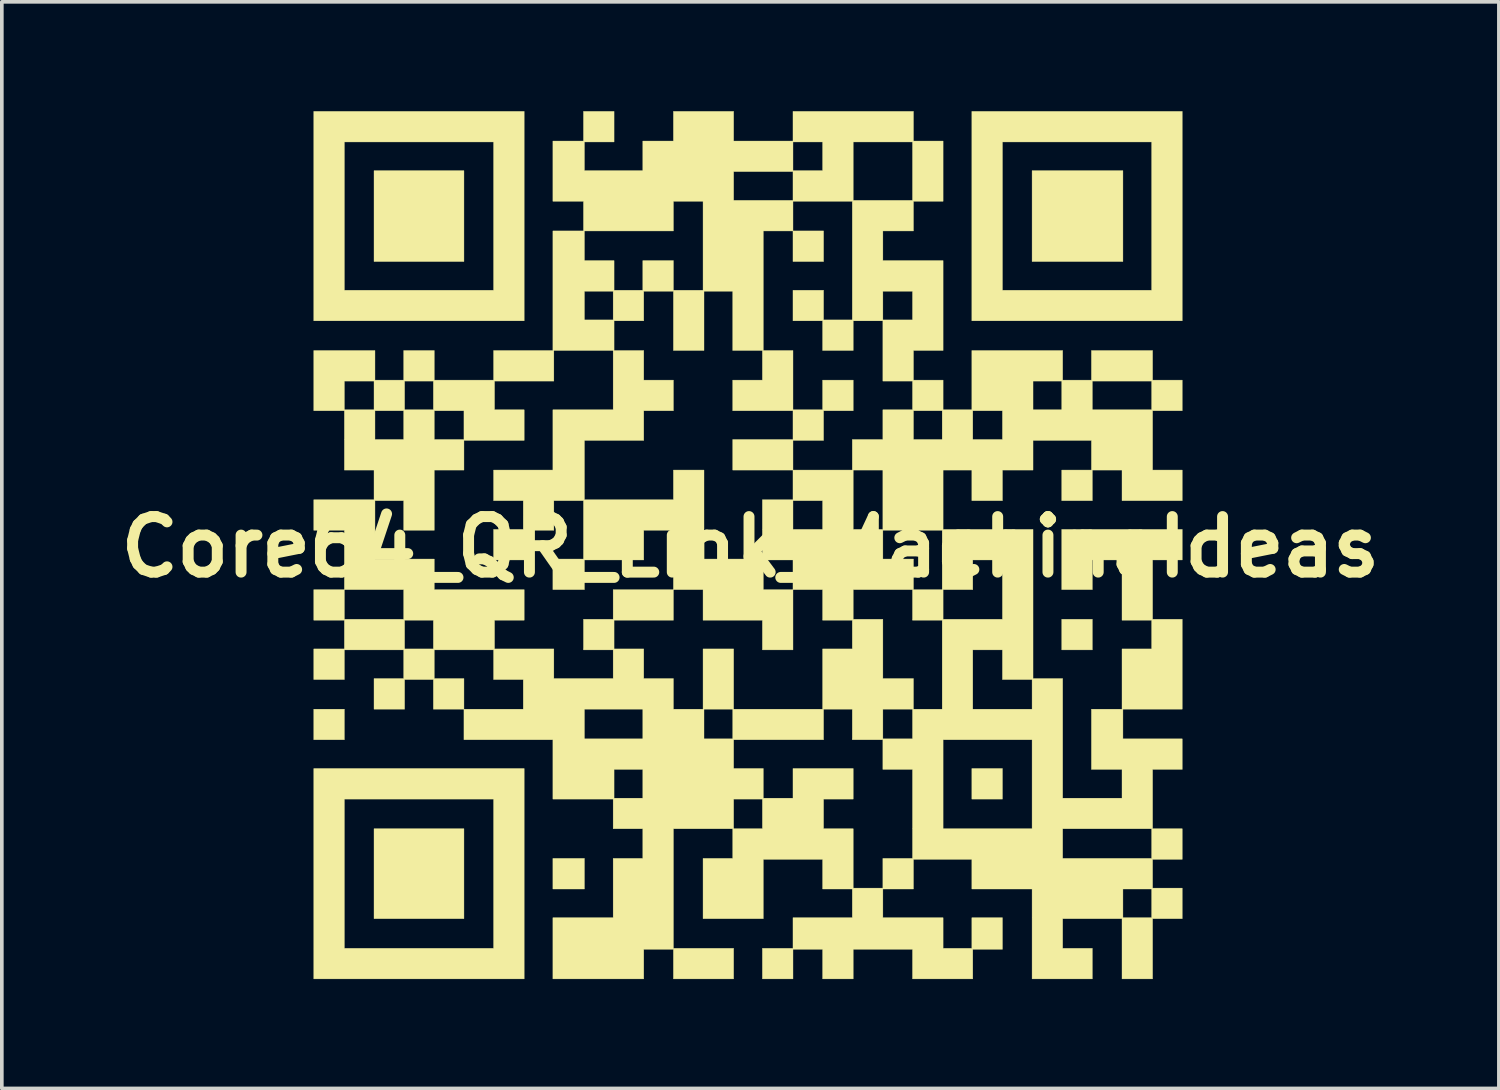
<source format=kicad_pcb>
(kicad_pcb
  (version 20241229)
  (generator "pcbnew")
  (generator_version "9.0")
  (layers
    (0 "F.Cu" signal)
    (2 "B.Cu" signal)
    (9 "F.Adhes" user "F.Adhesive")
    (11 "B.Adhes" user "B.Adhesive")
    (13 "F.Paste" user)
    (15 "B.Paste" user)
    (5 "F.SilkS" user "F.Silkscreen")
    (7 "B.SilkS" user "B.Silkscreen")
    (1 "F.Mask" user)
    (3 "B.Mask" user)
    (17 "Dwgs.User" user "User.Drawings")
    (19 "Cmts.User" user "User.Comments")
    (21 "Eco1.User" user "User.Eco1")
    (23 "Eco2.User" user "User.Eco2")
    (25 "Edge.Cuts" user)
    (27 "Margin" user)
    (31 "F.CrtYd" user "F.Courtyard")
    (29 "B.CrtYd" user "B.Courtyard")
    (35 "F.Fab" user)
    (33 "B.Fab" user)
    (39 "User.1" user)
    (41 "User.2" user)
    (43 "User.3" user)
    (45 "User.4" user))
  (footprint "Core64_QR_Link_MachineIdeas"
    (layer "F.Cu")
    (at 17.533 11.955)
    (property "Reference" "Core64_QR_Link_MachineIdeas" (at 0 0 0) (layer "F.SilkS") (effects (font (size 1.524 1.524) (thickness 0.3))))
    (attr through_hole)
    (fp_poly (pts (xy -11.136 5.288) (xy -11.975 5.288) (xy -11.975 4.449) (xy -11.136 4.449) (xy -11.136 5.288)) (stroke (width 0.01) (type solid)) (fill yes) (layer "F.SilkS"))
    (fp_poly (pts (xy -7.856 -7.831) (xy -10.323 -7.831) (xy -10.323 -10.323) (xy -7.856 -10.323) (xy -7.856 -7.831)) (stroke (width 0.01) (type solid)) (fill yes) (layer "F.SilkS"))
    (fp_poly (pts (xy -7.856 10.196) (xy -10.323 10.196) (xy -10.323 7.729) (xy -7.856 7.729) (xy -7.856 10.196)) (stroke (width 0.01) (type solid)) (fill yes) (layer "F.SilkS"))
    (fp_poly (pts (xy -4.551 9.382) (xy -5.416 9.382) (xy -5.416 8.543) (xy -4.551 8.543) (xy -4.551 9.382)) (stroke (width 0.01) (type solid)) (fill yes) (layer "F.SilkS"))
    (fp_poly (pts (xy 2.009 -7.831) (xy 1.17 -7.831) (xy 1.17 -8.67) (xy 2.009 -8.67) (xy 2.009 -7.831)) (stroke (width 0.01) (type solid)) (fill yes) (layer "F.SilkS"))
    (fp_poly (pts (xy 6.916 6.916) (xy 6.077 6.916) (xy 6.077 6.077) (xy 6.916 6.077) (xy 6.916 6.916)) (stroke (width 0.01) (type solid)) (fill yes) (layer "F.SilkS"))
    (fp_poly (pts (xy 9.382 2.822) (xy 8.543 2.822) (xy 8.543 1.983) (xy 9.382 1.983) (xy 9.382 2.822)) (stroke (width 0.01) (type solid)) (fill yes) (layer "F.SilkS"))
    (fp_poly (pts (xy 10.221 -7.831) (xy 7.729 -7.831) (xy 7.729 -10.323) (xy 10.221 -10.323) (xy 10.221 -7.831)) (stroke (width 0.01) (type solid)) (fill yes) (layer "F.SilkS"))
    (fp_poly (pts (xy -6.204 -6.204) (xy -11.975 -6.204) (xy -11.975 -11.111) (xy -11.136 -11.111) (xy -11.136 -7.043) (xy -7.043 -7.043) (xy -7.043 -11.111) (xy -11.136 -11.111) (xy -11.975 -11.111) (xy -11.975 -11.95) (xy -6.204 -11.95) (xy -6.204 -6.204)) (stroke (width 0.01) (type solid)) (fill yes) (layer "F.SilkS"))
    (fp_poly (pts (xy -6.204 11.848) (xy -11.975 11.848) (xy -11.975 6.916) (xy -11.136 6.916) (xy -11.136 11.009) (xy -7.043 11.009) (xy -7.043 6.916) (xy -11.136 6.916) (xy -11.975 6.916) (xy -11.975 6.077) (xy -6.204 6.077) (xy -6.204 11.848)) (stroke (width 0.01) (type solid)) (fill yes) (layer "F.SilkS"))
    (fp_poly (pts (xy 11.848 -6.204) (xy 6.077 -6.204) (xy 6.077 -11.111) (xy 6.916 -11.111) (xy 6.916 -7.043) (xy 11.009 -7.043) (xy 11.009 -11.111) (xy 6.916 -11.111) (xy 6.077 -11.111) (xy 6.077 -11.95) (xy 11.848 -11.95) (xy 11.848 -6.204)) (stroke (width 0.01) (type solid)) (fill yes) (layer "F.SilkS"))
    (fp_poly (pts (xy -3.738 -11.111) (xy -4.551 -11.111) (xy -4.551 -10.323) (xy -2.949 -10.323) (xy -2.949 -11.111) (xy 1.17 -11.111) (xy 1.17 -10.323) (xy 1.983 -10.323) (xy 1.983 -11.111) (xy 2.822 -11.111) (xy 2.822 -9.509) (xy 4.449 -9.509) (xy 4.449 -11.111) (xy 2.822 -11.111) (xy 1.983 -11.111) (xy 1.17 -11.111) (xy -2.949 -11.111) (xy -2.949 -11.136) (xy -2.11 -11.136) (xy -2.11 -11.95) (xy -0.458 -11.95) (xy -0.458 -11.136) (xy 1.17 -11.136) (xy 1.17 -11.95) (xy 4.475 -11.95) (xy 4.475 -11.136) (xy 5.288 -11.136) (xy 5.288 -9.484) (xy 4.475 -9.484) (xy 4.475 -8.67) (xy 3.636 -8.67) (xy 3.636 -7.856) (xy 5.288 -7.856) (xy 5.288 -5.39) (xy 4.475 -5.39) (xy 4.475 -4.577) (xy 5.288 -4.577) (xy 5.288 -3.763) (xy 6.077 -3.763) (xy 6.077 -4.551) (xy 7.755 -4.551) (xy 7.755 -3.763) (xy 8.543 -3.763) (xy 8.543 -4.551) (xy 9.382 -4.551) (xy 9.382 -3.763) (xy 11.009 -3.763) (xy 11.009 -4.551) (xy 9.382 -4.551) (xy 8.543 -4.551) (xy 7.755 -4.551) (xy 6.077 -4.551) (xy 6.077 -5.39) (xy 8.568 -5.39) (xy 8.568 -4.577) (xy 9.357 -4.577) (xy 9.357 -5.39) (xy 11.035 -5.39) (xy 11.035 -4.577) (xy 11.848 -4.577) (xy 11.848 -3.738) (xy 11.035 -3.738) (xy 11.035 -2.11) (xy 11.848 -2.11) (xy 11.848 -1.271) (xy 10.196 -1.271) (xy 10.196 -2.11) (xy 9.382 -2.11) (xy 9.382 -1.271) (xy 8.543 -1.271) (xy 8.543 -2.11) (xy 9.357 -2.11) (xy 9.357 -2.924) (xy 7.755 -2.924) (xy 7.755 -2.11) (xy 6.916 -2.11) (xy 6.916 -1.271) (xy 6.077 -1.271) (xy 6.077 -2.11) (xy 5.288 -2.11) (xy 5.288 -0.483) (xy 7.755 -0.483) (xy 7.755 3.61) (xy 8.568 3.61) (xy 8.568 6.89) (xy 10.196 6.89) (xy 10.196 6.102) (xy 9.357 6.102) (xy 9.357 4.449) (xy 10.196 4.449) (xy 10.196 2.797) (xy 11.009 2.797) (xy 11.009 2.009) (xy 10.196 2.009) (xy 10.196 0.356) (xy 9.382 0.356) (xy 9.382 1.17) (xy 8.543 1.17) (xy 8.543 -0.483) (xy 11.848 -0.483) (xy 11.848 0.356) (xy 11.035 0.356) (xy 11.035 1.983) (xy 11.848 1.983) (xy 11.848 4.449) (xy 10.221 4.449) (xy 10.221 5.263) (xy 11.848 5.263) (xy 11.848 6.102) (xy 11.035 6.102) (xy 11.035 7.729) (xy 11.848 7.729) (xy 11.848 8.568) (xy 11.035 8.568) (xy 11.035 9.357) (xy 11.848 9.357) (xy 11.848 10.196) (xy 11.035 10.196) (xy 11.035 11.848) (xy 10.196 11.848) (xy 10.196 10.196) (xy 8.568 10.196) (xy 8.568 11.009) (xy 9.382 11.009) (xy 9.382 11.848) (xy 7.729 11.848) (xy 7.729 9.382) (xy 10.221 9.382) (xy 10.221 10.17) (xy 11.009 10.17) (xy 11.009 9.382) (xy 10.221 9.382) (xy 7.729 9.382) (xy 6.077 9.382) (xy 6.077 8.568) (xy 4.475 8.568) (xy 4.475 9.382) (xy 3.636 9.382) (xy 3.636 10.17) (xy 5.288 10.17) (xy 5.288 11.009) (xy 6.077 11.009) (xy 6.077 10.17) (xy 6.916 10.17) (xy 6.916 11.035) (xy 6.102 11.035) (xy 6.102 11.848) (xy 4.449 11.848) (xy 4.449 11.035) (xy 2.822 11.035) (xy 2.822 11.848) (xy 1.983 11.848) (xy 1.983 11.035) (xy 1.17 11.035) (xy 1.17 11.848) (xy 0.331 11.848) (xy 0.331 11.009) (xy 1.17 11.009) (xy 1.17 10.17) (xy 2.797 10.17) (xy 2.797 9.382) (xy 1.983 9.382) (xy 1.983 8.568) (xy 0.356 8.568) (xy 0.356 10.196) (xy -1.297 10.196) (xy -1.297 8.543) (xy -0.483 8.543) (xy -0.483 7.729) (xy -2.11 7.729) (xy -2.11 11.009) (xy -0.458 11.009) (xy -0.458 11.848) (xy -2.11 11.848) (xy -2.11 11.035) (xy -2.924 11.035) (xy -2.924 11.848) (xy -5.416 11.848) (xy -5.416 10.17) (xy -3.763 10.17) (xy -3.763 8.543) (xy -2.949 8.543) (xy -2.949 7.729) (xy -3.763 7.729) (xy -3.763 6.916) (xy -0.458 6.916) (xy -0.458 7.729) (xy 0.331 7.729) (xy 0.331 6.916) (xy -0.458 6.916) (xy -3.763 6.916) (xy -5.416 6.916) (xy -5.416 6.102) (xy -3.738 6.102) (xy -3.738 6.89) (xy -2.949 6.89) (xy -2.949 6.102) (xy -3.738 6.102) (xy -5.416 6.102) (xy -5.416 5.288) (xy -0.458 5.288) (xy -0.458 6.077) (xy 0.356 6.077) (xy 0.356 6.89) (xy 1.17 6.89) (xy 1.17 6.077) (xy 2.822 6.077) (xy 2.822 6.916) (xy 2.009 6.916) (xy 2.009 7.729) (xy 2.822 7.729) (xy 2.822 9.357) (xy 3.636 9.357) (xy 3.636 8.543) (xy 4.449 8.543) (xy 4.449 6.102) (xy 3.636 6.102) (xy 3.636 5.288) (xy 5.288 5.288) (xy 5.288 7.729) (xy 7.729 7.729) (xy 8.568 7.729) (xy 8.568 8.543) (xy 11.009 8.543) (xy 11.009 7.729) (xy 8.568 7.729) (xy 7.729 7.729) (xy 7.729 5.288) (xy 5.288 5.288) (xy 3.636 5.288) (xy 2.797 5.288) (xy 2.797 4.449) (xy 3.636 4.449) (xy 3.636 5.263) (xy 4.449 5.263) (xy 4.449 4.449) (xy 3.636 4.449) (xy 2.797 4.449) (xy 2.009 4.449) (xy 2.009 5.288) (xy -0.458 5.288) (xy -5.416 5.288) (xy -7.856 5.288) (xy -7.856 4.449) (xy -8.695 4.449) (xy -8.695 3.636) (xy -9.484 3.636) (xy -9.484 4.449) (xy -10.323 4.449) (xy -10.323 3.61) (xy -9.509 3.61) (xy -9.509 2.822) (xy -8.67 2.822) (xy -8.67 3.61) (xy -7.856 3.61) (xy -7.856 4.449) (xy -6.229 4.449) (xy -4.551 4.449) (xy -4.551 5.263) (xy -2.949 5.263) (xy -2.949 4.449) (xy -4.551 4.449) (xy -6.229 4.449) (xy -6.229 3.636) (xy -7.043 3.636) (xy -7.043 2.822) (xy -8.67 2.822) (xy -9.509 2.822) (xy -11.136 2.822) (xy -11.136 3.636) (xy -11.975 3.636) (xy -11.975 2.797) (xy -11.136 2.797) (xy -11.136 2.009) (xy -9.484 2.009) (xy -9.484 2.797) (xy -8.695 2.797) (xy -8.695 2.009) (xy -9.484 2.009) (xy -11.136 2.009) (xy -11.975 2.009) (xy -11.975 1.17) (xy -11.136 1.17) (xy -11.136 1.983) (xy -9.509 1.983) (xy -9.509 1.17) (xy -11.136 1.17) (xy -11.136 -0.458) (xy -11.975 -0.458) (xy -11.975 -1.271) (xy -10.297 -1.271) (xy -10.297 0.331) (xy -8.67 0.331) (xy -8.67 1.17) (xy -6.204 1.17) (xy -6.204 2.009) (xy -7.017 2.009) (xy -7.017 2.797) (xy -5.39 2.797) (xy -5.39 3.61) (xy -3.763 3.61) (xy -3.763 2.822) (xy -4.577 2.822) (xy -4.577 2.009) (xy -3.738 2.009) (xy -3.738 2.797) (xy -2.924 2.797) (xy -2.924 3.61) (xy -2.11 3.61) (xy -2.11 4.449) (xy -1.297 4.449) (xy -1.271 4.449) (xy -1.271 5.263) (xy -0.483 5.263) (xy -0.483 4.449) (xy -1.271 4.449) (xy -1.297 4.449) (xy -1.297 2.797) (xy -0.458 2.797) (xy -0.458 4.449) (xy 1.983 4.449) (xy 1.983 2.797) (xy 2.797 2.797) (xy 2.797 2.009) (xy 1.983 2.009) (xy 1.983 1.17) (xy 2.822 1.17) (xy 2.822 1.983) (xy 3.636 1.983) (xy 3.636 3.61) (xy 4.475 3.61) (xy 4.475 4.449) (xy 5.263 4.449) (xy 5.263 2.822) (xy 6.102 2.822) (xy 6.102 4.449) (xy 7.729 4.449) (xy 7.729 3.636) (xy 6.916 3.636) (xy 6.916 2.822) (xy 6.102 2.822) (xy 5.263 2.822) (xy 5.263 2.009) (xy 4.449 2.009) (xy 4.449 1.17) (xy 2.822 1.17) (xy 1.983 1.17) (xy 1.17 1.17) (xy 1.17 2.822) (xy 0.331 2.822) (xy 0.331 2.009) (xy -1.297 2.009) (xy -1.297 1.17) (xy -2.11 1.17) (xy -2.11 2.009) (xy -3.738 2.009) (xy -4.577 2.009) (xy -4.577 1.983) (xy -3.763 1.983) (xy -3.763 1.17) (xy -2.11 1.17) (xy -2.11 0.356) (xy 0.356 0.356) (xy 0.356 1.17) (xy 1.17 1.17) (xy 1.17 0.356) (xy 0.356 0.356) (xy -2.11 0.356) (xy -2.11 -0.458) (xy -2.924 -0.458) (xy -2.924 0.356) (xy -4.551 0.356) (xy -4.551 1.17) (xy -5.416 1.17) (xy -5.416 0.331) (xy -4.577 0.331) (xy -4.577 -1.271) (xy -5.39 -1.271) (xy -5.39 -0.458) (xy -6.204 -0.458) (xy -6.204 0.356) (xy -7.043 0.356) (xy -7.043 -0.483) (xy -6.229 -0.483) (xy -6.229 -1.271) (xy -7.043 -1.271) (xy -7.043 -2.11) (xy -5.416 -2.11) (xy -5.416 -2.924) (xy -4.551 -2.924) (xy -4.551 -1.297) (xy -2.11 -1.297) (xy -2.11 -2.11) (xy -1.271 -2.11) (xy -1.271 0.331) (xy 0.331 0.331) (xy 0.331 -0.458) (xy 3.636 -0.458) (xy 3.636 0.331) (xy 4.475 0.331) (xy 4.475 1.17) (xy 5.263 1.17) (xy 5.288 1.17) (xy 5.288 1.983) (xy 6.916 1.983) (xy 6.916 0.356) (xy 6.102 0.356) (xy 6.102 1.17) (xy 5.288 1.17) (xy 5.263 1.17) (xy 5.263 -0.458) (xy 3.636 -0.458) (xy 0.331 -0.458) (xy 0.331 -1.271) (xy 1.17 -1.271) (xy 1.17 -0.483) (xy 1.983 -0.483) (xy 1.983 -1.271) (xy 1.17 -1.271) (xy 0.331 -1.271) (xy 0.331 -1.297) (xy 1.17 -1.297) (xy 1.17 -2.11) (xy -0.483 -2.11) (xy -0.483 -2.949) (xy 1.17 -2.949) (xy 1.17 -3.738) (xy -0.483 -3.738) (xy -0.483 -4.577) (xy 0.331 -4.577) (xy 0.331 -5.39) (xy -0.483 -5.39) (xy -0.483 -7.017) (xy -1.271 -7.017) (xy -1.271 -5.39) (xy -2.11 -5.39) (xy -2.11 -7.017) (xy -2.924 -7.017) (xy -2.924 -6.204) (xy -3.738 -6.204) (xy -3.738 -5.39) (xy -2.924 -5.39) (xy -2.924 -4.577) (xy -2.11 -4.577) (xy -2.11 -3.738) (xy -2.924 -3.738) (xy -2.924 -2.924) (xy -4.551 -2.924) (xy -5.416 -2.924) (xy -5.416 -3.763) (xy -3.763 -3.763) (xy -3.763 -5.39) (xy -5.39 -5.39) (xy -5.39 -4.551) (xy -7.017 -4.551) (xy -7.017 -3.763) (xy -6.204 -3.763) (xy -6.204 -2.924) (xy -7.856 -2.924) (xy -7.856 -2.11) (xy -8.67 -2.11) (xy -8.67 -0.458) (xy -9.509 -0.458) (xy -9.509 -1.271) (xy -10.297 -1.271) (xy -11.975 -1.271) (xy -11.975 -1.297) (xy -10.323 -1.297) (xy -10.323 -2.11) (xy -11.136 -2.11) (xy -11.136 -3.738) (xy -10.297 -3.738) (xy -10.297 -2.949) (xy -9.509 -2.949) (xy -9.509 -3.738) (xy -8.67 -3.738) (xy -8.67 -2.949) (xy -7.856 -2.949) (xy -7.856 -3.738) (xy -8.67 -3.738) (xy -9.509 -3.738) (xy -10.297 -3.738) (xy -11.136 -3.738) (xy -11.975 -3.738) (xy -11.975 -4.551) (xy -11.136 -4.551) (xy -11.136 -3.763) (xy -10.323 -3.763) (xy -10.323 -4.551) (xy -9.484 -4.551) (xy -9.484 -3.763) (xy -8.695 -3.763) (xy -8.695 -4.551) (xy -9.484 -4.551) (xy -10.323 -4.551) (xy -11.136 -4.551) (xy -11.975 -4.551) (xy -11.975 -5.39) (xy -10.297 -5.39) (xy -10.297 -4.577) (xy -9.509 -4.577) (xy -9.509 -5.39) (xy -8.67 -5.39) (xy -8.67 -4.577) (xy -7.043 -4.577) (xy -7.043 -5.39) (xy -5.416 -5.39) (xy -5.416 -7.017) (xy -4.551 -7.017) (xy -4.551 -6.229) (xy -3.763 -6.229) (xy -3.763 -7.017) (xy -4.551 -7.017) (xy -5.416 -7.017) (xy -5.416 -8.67) (xy -4.577 -8.67) (xy -4.551 -8.67) (xy -4.551 -7.856) (xy -3.738 -7.856) (xy -3.738 -7.043) (xy -2.949 -7.043) (xy -2.949 -7.856) (xy -2.11 -7.856) (xy -2.11 -7.043) (xy -1.297 -7.043) (xy -1.297 -8.67) (xy 0.356 -8.67) (xy 0.356 -5.39) (xy 1.17 -5.39) (xy 1.17 -3.763) (xy 1.983 -3.763) (xy 1.983 -4.577) (xy 2.822 -4.577) (xy 2.822 -3.738) (xy 2.009 -3.738) (xy 2.009 -2.924) (xy 1.17 -2.924) (xy 1.17 -2.11) (xy 2.797 -2.11) (xy 2.822 -2.11) (xy 2.822 -0.483) (xy 3.636 -0.483) (xy 3.636 -2.11) (xy 2.822 -2.11) (xy 2.797 -2.11) (xy 2.797 -2.949) (xy 3.636 -2.949) (xy 3.636 -3.738) (xy 4.475 -3.738) (xy 4.475 -2.949) (xy 5.263 -2.949) (xy 5.263 -3.738) (xy 6.102 -3.738) (xy 6.102 -2.949) (xy 6.916 -2.949) (xy 6.916 -3.738) (xy 6.102 -3.738) (xy 5.263 -3.738) (xy 4.475 -3.738) (xy 3.636 -3.738) (xy 3.636 -3.763) (xy 4.449 -3.763) (xy 4.449 -4.551) (xy 3.636 -4.551) (xy 3.636 -6.204) (xy 2.822 -6.204) (xy 2.822 -5.39) (xy 1.983 -5.39) (xy 1.983 -6.204) (xy 1.17 -6.204) (xy 1.17 -7.043) (xy 2.009 -7.043) (xy 2.009 -6.229) (xy 2.797 -6.229) (xy 2.797 -7.017) (xy 3.636 -7.017) (xy 3.636 -6.229) (xy 4.449 -6.229) (xy 4.449 -7.017) (xy 3.636 -7.017) (xy 2.797 -7.017) (xy 2.797 -9.484) (xy 1.17 -9.484) (xy 1.17 -8.67) (xy 0.356 -8.67) (xy -1.297 -8.67) (xy -1.297 -9.484) (xy -2.11 -9.484) (xy -2.11 -8.67) (xy -4.551 -8.67) (xy -4.577 -8.67) (xy -4.577 -9.484) (xy -5.416 -9.484) (xy -5.416 -10.297) (xy -0.458 -10.297) (xy -0.458 -9.509) (xy 1.17 -9.509) (xy 1.17 -10.297) (xy -0.458 -10.297) (xy -5.416 -10.297) (xy -5.416 -11.136) (xy -4.577 -11.136) (xy -4.577 -11.95) (xy -3.738 -11.95) (xy -3.738 -11.111)) (stroke (width 0.01) (type solid)) (fill yes) (layer "F.SilkS")))
  (gr_rect
    (start -3 -3)
    (end 38.067 26.808)
    (stroke (width 0.1) (type default))
    (fill no)
    (layer "Edge.Cuts")))
</source>
